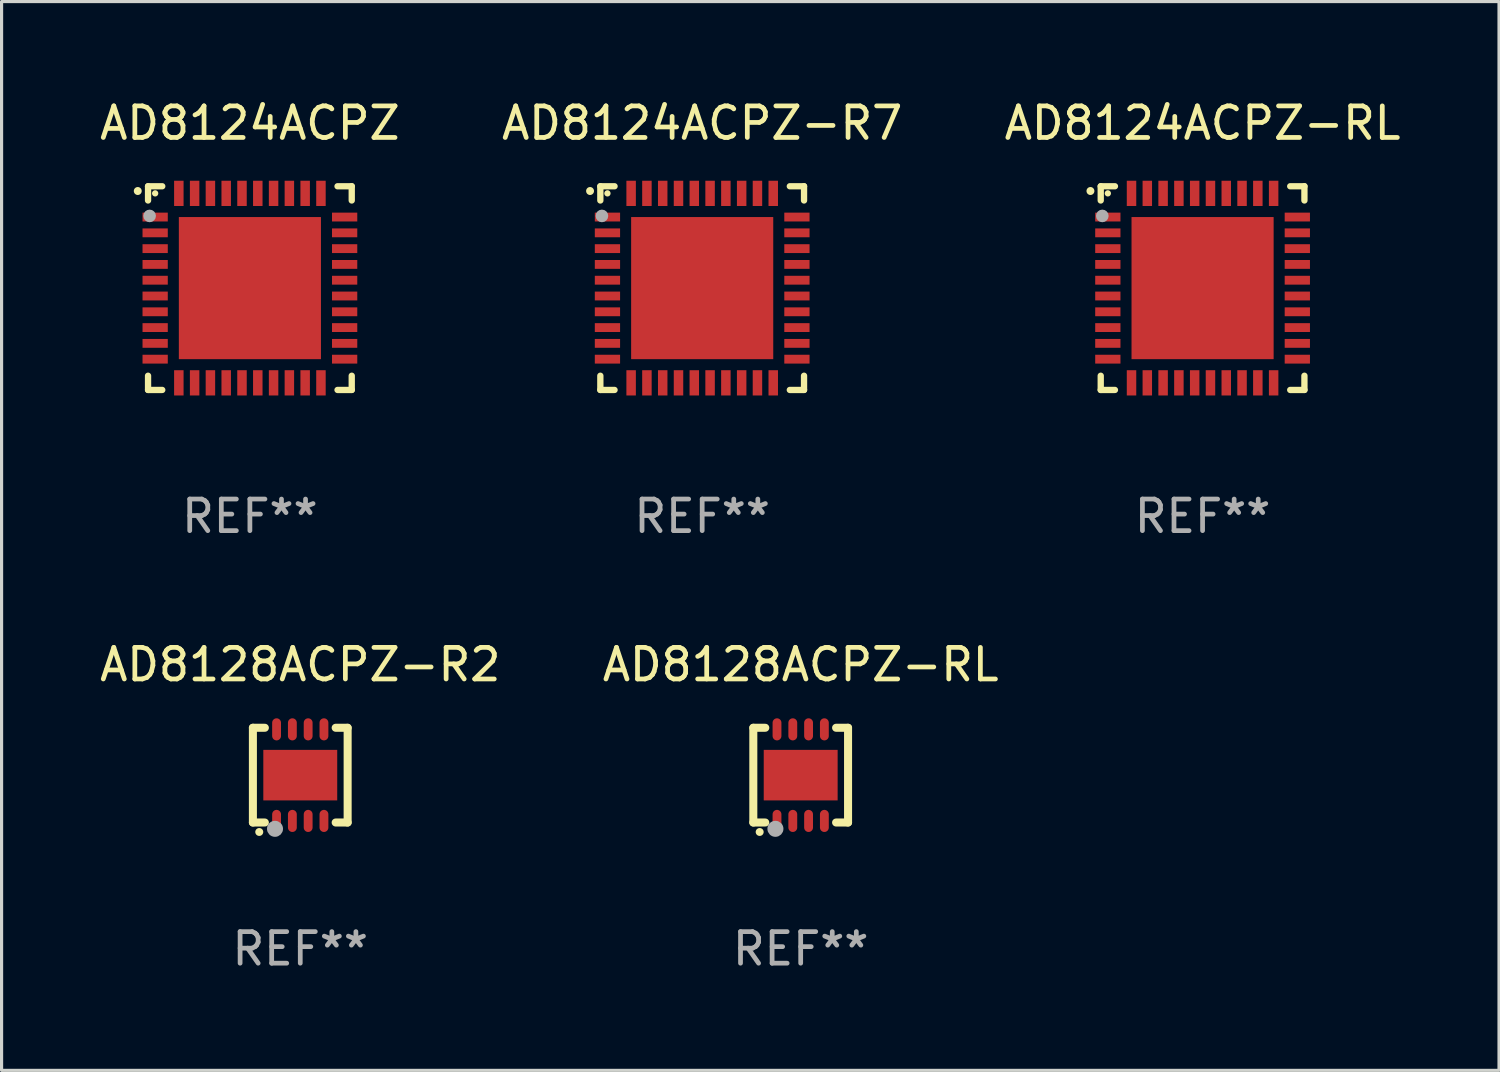
<source format=kicad_pcb>
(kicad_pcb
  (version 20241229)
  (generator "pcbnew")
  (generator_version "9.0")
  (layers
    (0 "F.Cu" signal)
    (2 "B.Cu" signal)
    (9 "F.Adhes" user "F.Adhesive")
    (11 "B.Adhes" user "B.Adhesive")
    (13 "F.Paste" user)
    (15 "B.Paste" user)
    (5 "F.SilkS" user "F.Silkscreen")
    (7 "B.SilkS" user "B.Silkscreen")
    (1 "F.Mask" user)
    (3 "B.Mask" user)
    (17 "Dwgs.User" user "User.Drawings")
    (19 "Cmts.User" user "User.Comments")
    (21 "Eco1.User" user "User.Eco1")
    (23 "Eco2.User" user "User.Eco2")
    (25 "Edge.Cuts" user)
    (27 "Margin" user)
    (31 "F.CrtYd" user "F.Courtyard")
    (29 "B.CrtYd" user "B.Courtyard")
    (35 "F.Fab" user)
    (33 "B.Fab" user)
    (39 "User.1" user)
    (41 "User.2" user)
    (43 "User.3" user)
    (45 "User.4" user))
  (footprint "AD8124ACPZ"
    (layer "F.Cu")
    (at 4.863 6.073)
    (property "Reference" "AD8124ACPZ" (at 0 -5.225 0) (layer "F.SilkS") (effects (font (size 1 1) (thickness 0.15))))
    (attr through_hole)
    (fp_line (start -3.225 -3.225) (end -2.775 -3.225) (stroke (width 0.2) (type solid)) (layer "F.SilkS"))
    (fp_line (start -3.225 -2.775) (end -3.225 -3.225) (stroke (width 0.2) (type solid)) (layer "F.SilkS"))
    (fp_line (start -3.225 2.775) (end -3.225 3.225) (stroke (width 0.2) (type solid)) (layer "F.SilkS"))
    (fp_line (start -3.225 3.225) (end -2.775 3.225) (stroke (width 0.2) (type solid)) (layer "F.SilkS"))
    (fp_line (start 2.775 -3.225) (end 3.225 -3.225) (stroke (width 0.2) (type solid)) (layer "F.SilkS"))
    (fp_line (start 2.775 3.225) (end 3.225 3.225) (stroke (width 0.2) (type solid)) (layer "F.SilkS"))
    (fp_line (start 3.225 -3.225) (end 3.225 -2.775) (stroke (width 0.2) (type solid)) (layer "F.SilkS"))
    (fp_line (start 3.225 3.225) (end 3.225 2.775) (stroke (width 0.2) (type solid)) (layer "F.SilkS"))
    (fp_arc (start -3.55094 -3.073406) (mid -3.550946 -3.074676) (end -3.55094 -3.075946) (stroke (width 0.25) (type solid)) (layer "F.SilkS"))
    (fp_circle (center -3 -3) (end -2.95 -3) (stroke (width 0.1) (type solid)) (fill no) (layer "F.SilkS"))
    (fp_circle (center -3.175 -2.286) (end -3.075 -2.286) (stroke (width 0.2) (type solid)) (fill no) (layer "F.Fab"))
    (fp_text user "REF**" (at 0 7.225 0) (layer "F.Fab") (effects (font (size 1 1) (thickness 0.15))))
    (pad "1" smd rect (at -3 -2.25) (size 0.8 0.28) (layers "F.Cu" "F.Mask" "F.Paste"))
    (pad "2" smd rect (at -3 -1.75) (size 0.8 0.28) (layers "F.Cu" "F.Mask" "F.Paste"))
    (pad "3" smd rect (at -3 -1.25) (size 0.8 0.28) (layers "F.Cu" "F.Mask" "F.Paste"))
    (pad "4" smd rect (at -3 -0.75) (size 0.8 0.28) (layers "F.Cu" "F.Mask" "F.Paste"))
    (pad "5" smd rect (at -3 -0.25) (size 0.8 0.28) (layers "F.Cu" "F.Mask" "F.Paste"))
    (pad "6" smd rect (at -3 0.25) (size 0.8 0.28) (layers "F.Cu" "F.Mask" "F.Paste"))
    (pad "7" smd rect (at -3 0.75) (size 0.8 0.28) (layers "F.Cu" "F.Mask" "F.Paste"))
    (pad "8" smd rect (at -3 1.25) (size 0.8 0.28) (layers "F.Cu" "F.Mask" "F.Paste"))
    (pad "9" smd rect (at -3 1.75) (size 0.8 0.28) (layers "F.Cu" "F.Mask" "F.Paste"))
    (pad "10" smd rect (at -3 2.25) (size 0.8 0.28) (layers "F.Cu" "F.Mask" "F.Paste"))
    (pad "11" smd rect (at -2.25 3) (size 0.3 0.8) (layers "F.Cu" "F.Mask" "F.Paste"))
    (pad "12" smd rect (at -1.75 3) (size 0.3 0.8) (layers "F.Cu" "F.Mask" "F.Paste"))
    (pad "13" smd rect (at -1.25 3) (size 0.3 0.8) (layers "F.Cu" "F.Mask" "F.Paste"))
    (pad "14" smd rect (at -0.75 3) (size 0.3 0.8) (layers "F.Cu" "F.Mask" "F.Paste"))
    (pad "15" smd rect (at -0.25 3) (size 0.3 0.8) (layers "F.Cu" "F.Mask" "F.Paste"))
    (pad "16" smd rect (at 0.25 3) (size 0.3 0.8) (layers "F.Cu" "F.Mask" "F.Paste"))
    (pad "17" smd rect (at 0.75 3) (size 0.3 0.8) (layers "F.Cu" "F.Mask" "F.Paste"))
    (pad "18" smd rect (at 1.25 3) (size 0.3 0.8) (layers "F.Cu" "F.Mask" "F.Paste"))
    (pad "19" smd rect (at 1.75 3) (size 0.3 0.8) (layers "F.Cu" "F.Mask" "F.Paste"))
    (pad "20" smd rect (at 2.25 3) (size 0.3 0.8) (layers "F.Cu" "F.Mask" "F.Paste"))
    (pad "21" smd rect (at 3 2.25) (size 0.8 0.28) (layers "F.Cu" "F.Mask" "F.Paste"))
    (pad "22" smd rect (at 3 1.75) (size 0.8 0.28) (layers "F.Cu" "F.Mask" "F.Paste"))
    (pad "23" smd rect (at 3 1.25) (size 0.8 0.28) (layers "F.Cu" "F.Mask" "F.Paste"))
    (pad "24" smd rect (at 3 0.75) (size 0.8 0.28) (layers "F.Cu" "F.Mask" "F.Paste"))
    (pad "25" smd rect (at 3 0.25) (size 0.8 0.28) (layers "F.Cu" "F.Mask" "F.Paste"))
    (pad "26" smd rect (at 3 -0.25) (size 0.8 0.28) (layers "F.Cu" "F.Mask" "F.Paste"))
    (pad "27" smd rect (at 3 -0.75) (size 0.8 0.28) (layers "F.Cu" "F.Mask" "F.Paste"))
    (pad "28" smd rect (at 3 -1.25) (size 0.8 0.28) (layers "F.Cu" "F.Mask" "F.Paste"))
    (pad "29" smd rect (at 3 -1.75) (size 0.8 0.28) (layers "F.Cu" "F.Mask" "F.Paste"))
    (pad "30" smd rect (at 3 -2.25) (size 0.8 0.28) (layers "F.Cu" "F.Mask" "F.Paste"))
    (pad "31" smd rect (at 2.25 -3) (size 0.3 0.8) (layers "F.Cu" "F.Mask" "F.Paste"))
    (pad "32" smd rect (at 1.75 -3) (size 0.3 0.8) (layers "F.Cu" "F.Mask" "F.Paste"))
    (pad "33" smd rect (at 1.25 -3) (size 0.3 0.8) (layers "F.Cu" "F.Mask" "F.Paste"))
    (pad "34" smd rect (at 0.75 -3) (size 0.3 0.8) (layers "F.Cu" "F.Mask" "F.Paste"))
    (pad "35" smd rect (at 0.25 -3) (size 0.3 0.8) (layers "F.Cu" "F.Mask" "F.Paste"))
    (pad "36" smd rect (at -0.25 -3) (size 0.3 0.8) (layers "F.Cu" "F.Mask" "F.Paste"))
    (pad "37" smd rect (at -0.75 -3) (size 0.3 0.8) (layers "F.Cu" "F.Mask" "F.Paste"))
    (pad "38" smd rect (at -1.25 -3) (size 0.3 0.8) (layers "F.Cu" "F.Mask" "F.Paste"))
    (pad "39" smd rect (at -1.75 -3) (size 0.3 0.8) (layers "F.Cu" "F.Mask" "F.Paste"))
    (pad "40" smd rect (at -2.25 -3) (size 0.3 0.8) (layers "F.Cu" "F.Mask" "F.Paste"))
    (pad "41" smd rect (at -0.000013 0) (size 4.5 4.5) (layers "F.Cu" "F.Mask" "F.Paste")))
  (footprint "AD8124ACPZ-RL"
    (layer "F.Cu")
    (at 35.03 6.073)
    (property "Reference" "AD8124ACPZ-RL" (at 0 -5.225 0) (layer "F.SilkS") (effects (font (size 1 1) (thickness 0.15))))
    (attr through_hole)
    (fp_line (start -3.225 -3.225) (end -2.775 -3.225) (stroke (width 0.2) (type solid)) (layer "F.SilkS"))
    (fp_line (start -3.225 -2.775) (end -3.225 -3.225) (stroke (width 0.2) (type solid)) (layer "F.SilkS"))
    (fp_line (start -3.225 2.775) (end -3.225 3.225) (stroke (width 0.2) (type solid)) (layer "F.SilkS"))
    (fp_line (start -3.225 3.225) (end -2.775 3.225) (stroke (width 0.2) (type solid)) (layer "F.SilkS"))
    (fp_line (start 2.775 -3.225) (end 3.225 -3.225) (stroke (width 0.2) (type solid)) (layer "F.SilkS"))
    (fp_line (start 2.775 3.225) (end 3.225 3.225) (stroke (width 0.2) (type solid)) (layer "F.SilkS"))
    (fp_line (start 3.225 -3.225) (end 3.225 -2.775) (stroke (width 0.2) (type solid)) (layer "F.SilkS"))
    (fp_line (start 3.225 3.225) (end 3.225 2.775) (stroke (width 0.2) (type solid)) (layer "F.SilkS"))
    (fp_arc (start -3.55094 -3.073406) (mid -3.550946 -3.074676) (end -3.55094 -3.075946) (stroke (width 0.25) (type solid)) (layer "F.SilkS"))
    (fp_circle (center -3 -3) (end -2.95 -3) (stroke (width 0.1) (type solid)) (fill no) (layer "F.SilkS"))
    (fp_circle (center -3.175 -2.286) (end -3.075 -2.286) (stroke (width 0.2) (type solid)) (fill no) (layer "F.Fab"))
    (fp_text user "REF**" (at 0 7.225 0) (layer "F.Fab") (effects (font (size 1 1) (thickness 0.15))))
    (pad "1" smd rect (at -3 -2.25) (size 0.8 0.28) (layers "F.Cu" "F.Mask" "F.Paste"))
    (pad "2" smd rect (at -3 -1.75) (size 0.8 0.28) (layers "F.Cu" "F.Mask" "F.Paste"))
    (pad "3" smd rect (at -3 -1.25) (size 0.8 0.28) (layers "F.Cu" "F.Mask" "F.Paste"))
    (pad "4" smd rect (at -3 -0.75) (size 0.8 0.28) (layers "F.Cu" "F.Mask" "F.Paste"))
    (pad "5" smd rect (at -3 -0.25) (size 0.8 0.28) (layers "F.Cu" "F.Mask" "F.Paste"))
    (pad "6" smd rect (at -3 0.25) (size 0.8 0.28) (layers "F.Cu" "F.Mask" "F.Paste"))
    (pad "7" smd rect (at -3 0.75) (size 0.8 0.28) (layers "F.Cu" "F.Mask" "F.Paste"))
    (pad "8" smd rect (at -3 1.25) (size 0.8 0.28) (layers "F.Cu" "F.Mask" "F.Paste"))
    (pad "9" smd rect (at -3 1.75) (size 0.8 0.28) (layers "F.Cu" "F.Mask" "F.Paste"))
    (pad "10" smd rect (at -3 2.25) (size 0.8 0.28) (layers "F.Cu" "F.Mask" "F.Paste"))
    (pad "11" smd rect (at -2.25 3) (size 0.3 0.8) (layers "F.Cu" "F.Mask" "F.Paste"))
    (pad "12" smd rect (at -1.75 3) (size 0.3 0.8) (layers "F.Cu" "F.Mask" "F.Paste"))
    (pad "13" smd rect (at -1.25 3) (size 0.3 0.8) (layers "F.Cu" "F.Mask" "F.Paste"))
    (pad "14" smd rect (at -0.75 3) (size 0.3 0.8) (layers "F.Cu" "F.Mask" "F.Paste"))
    (pad "15" smd rect (at -0.25 3) (size 0.3 0.8) (layers "F.Cu" "F.Mask" "F.Paste"))
    (pad "16" smd rect (at 0.25 3) (size 0.3 0.8) (layers "F.Cu" "F.Mask" "F.Paste"))
    (pad "17" smd rect (at 0.75 3) (size 0.3 0.8) (layers "F.Cu" "F.Mask" "F.Paste"))
    (pad "18" smd rect (at 1.25 3) (size 0.3 0.8) (layers "F.Cu" "F.Mask" "F.Paste"))
    (pad "19" smd rect (at 1.75 3) (size 0.3 0.8) (layers "F.Cu" "F.Mask" "F.Paste"))
    (pad "20" smd rect (at 2.25 3) (size 0.3 0.8) (layers "F.Cu" "F.Mask" "F.Paste"))
    (pad "21" smd rect (at 3 2.25) (size 0.8 0.28) (layers "F.Cu" "F.Mask" "F.Paste"))
    (pad "22" smd rect (at 3 1.75) (size 0.8 0.28) (layers "F.Cu" "F.Mask" "F.Paste"))
    (pad "23" smd rect (at 3 1.25) (size 0.8 0.28) (layers "F.Cu" "F.Mask" "F.Paste"))
    (pad "24" smd rect (at 3 0.75) (size 0.8 0.28) (layers "F.Cu" "F.Mask" "F.Paste"))
    (pad "25" smd rect (at 3 0.25) (size 0.8 0.28) (layers "F.Cu" "F.Mask" "F.Paste"))
    (pad "26" smd rect (at 3 -0.25) (size 0.8 0.28) (layers "F.Cu" "F.Mask" "F.Paste"))
    (pad "27" smd rect (at 3 -0.75) (size 0.8 0.28) (layers "F.Cu" "F.Mask" "F.Paste"))
    (pad "28" smd rect (at 3 -1.25) (size 0.8 0.28) (layers "F.Cu" "F.Mask" "F.Paste"))
    (pad "29" smd rect (at 3 -1.75) (size 0.8 0.28) (layers "F.Cu" "F.Mask" "F.Paste"))
    (pad "30" smd rect (at 3 -2.25) (size 0.8 0.28) (layers "F.Cu" "F.Mask" "F.Paste"))
    (pad "31" smd rect (at 2.25 -3) (size 0.3 0.8) (layers "F.Cu" "F.Mask" "F.Paste"))
    (pad "32" smd rect (at 1.75 -3) (size 0.3 0.8) (layers "F.Cu" "F.Mask" "F.Paste"))
    (pad "33" smd rect (at 1.25 -3) (size 0.3 0.8) (layers "F.Cu" "F.Mask" "F.Paste"))
    (pad "34" smd rect (at 0.75 -3) (size 0.3 0.8) (layers "F.Cu" "F.Mask" "F.Paste"))
    (pad "35" smd rect (at 0.25 -3) (size 0.3 0.8) (layers "F.Cu" "F.Mask" "F.Paste"))
    (pad "36" smd rect (at -0.25 -3) (size 0.3 0.8) (layers "F.Cu" "F.Mask" "F.Paste"))
    (pad "37" smd rect (at -0.75 -3) (size 0.3 0.8) (layers "F.Cu" "F.Mask" "F.Paste"))
    (pad "38" smd rect (at -1.25 -3) (size 0.3 0.8) (layers "F.Cu" "F.Mask" "F.Paste"))
    (pad "39" smd rect (at -1.75 -3) (size 0.3 0.8) (layers "F.Cu" "F.Mask" "F.Paste"))
    (pad "40" smd rect (at -2.25 -3) (size 0.3 0.8) (layers "F.Cu" "F.Mask" "F.Paste"))
    (pad "41" smd rect (at -0.000013 0) (size 4.5 4.5) (layers "F.Cu" "F.Mask" "F.Paste")))
  (footprint "AD8128ACPZ-R2"
    (layer "F.Cu")
    (at 6.458 21.495)
    (property "Reference" "AD8128ACPZ-R2" (at 0 -3.5 0) (layer "F.SilkS") (effects (font (size 1 1) (thickness 0.15))))
    (attr through_hole)
    (fp_line (start -1.5 -1.5) (end -1.121 -1.5) (stroke (width 0.254) (type solid)) (layer "F.SilkS"))
    (fp_line (start -1.5 1.5) (end -1.5 -1.5) (stroke (width 0.254) (type solid)) (layer "F.SilkS"))
    (fp_line (start -1.121 1.5) (end -1.5 1.5) (stroke (width 0.254) (type solid)) (layer "F.SilkS"))
    (fp_line (start 1.121 -1.5) (end 1.5 -1.5) (stroke (width 0.254) (type solid)) (layer "F.SilkS"))
    (fp_line (start 1.5 -1.5) (end 1.5 1.5) (stroke (width 0.254) (type solid)) (layer "F.SilkS"))
    (fp_line (start 1.5 1.5) (end 1.121 1.5) (stroke (width 0.254) (type solid)) (layer "F.SilkS"))
    (fp_arc (start -1.3 1.8) (mid -1.29873 1.799994) (end -1.29746 1.8) (stroke (width 0.25) (type solid)) (layer "F.SilkS"))
    (fp_circle (center -1.5 1.51) (end -1.47 1.51) (stroke (width 0.06) (type solid)) (fill no) (layer "F.SilkS"))
    (fp_circle (center -0.8 1.7) (end -0.673 1.7) (stroke (width 0.254) (type solid)) (fill no) (layer "F.Fab"))
    (fp_text user "REF**" (at 0 5.5 0) (layer "F.Fab") (effects (font (size 1 1) (thickness 0.15))))
    (pad "1" smd oval (at -0.75 1.45 180) (size 0.28 0.7) (layers "F.Cu" "F.Mask" "F.Paste"))
    (pad "2" smd oval (at -0.25 1.45 180) (size 0.28 0.7) (layers "F.Cu" "F.Mask" "F.Paste"))
    (pad "3" smd oval (at 0.25 1.45 180) (size 0.28 0.7) (layers "F.Cu" "F.Mask" "F.Paste"))
    (pad "4" smd oval (at 0.75 1.45 180) (size 0.28 0.7) (layers "F.Cu" "F.Mask" "F.Paste"))
    (pad "5" smd oval (at 0.75 -1.45 180) (size 0.28 0.7) (layers "F.Cu" "F.Mask" "F.Paste"))
    (pad "6" smd oval (at 0.25 -1.45 180) (size 0.28 0.7) (layers "F.Cu" "F.Mask" "F.Paste"))
    (pad "7" smd oval (at -0.25 -1.45 180) (size 0.28 0.7) (layers "F.Cu" "F.Mask" "F.Paste"))
    (pad "8" smd oval (at -0.75 -1.45 180) (size 0.28 0.7) (layers "F.Cu" "F.Mask" "F.Paste"))
    (pad "9" smd rect (at 0 0 90) (size 1.6 2.34) (layers "F.Cu" "F.Mask" "F.Paste")))
  (footprint "AD8128ACPZ-RL"
    (layer "F.Cu")
    (at 22.304 21.495)
    (property "Reference" "AD8128ACPZ-RL" (at 0 -3.5 0) (layer "F.SilkS") (effects (font (size 1 1) (thickness 0.15))))
    (attr through_hole)
    (fp_line (start -1.5 -1.5) (end -1.121 -1.5) (stroke (width 0.254) (type solid)) (layer "F.SilkS"))
    (fp_line (start -1.5 1.5) (end -1.5 -1.5) (stroke (width 0.254) (type solid)) (layer "F.SilkS"))
    (fp_line (start -1.121 1.5) (end -1.5 1.5) (stroke (width 0.254) (type solid)) (layer "F.SilkS"))
    (fp_line (start 1.121 -1.5) (end 1.5 -1.5) (stroke (width 0.254) (type solid)) (layer "F.SilkS"))
    (fp_line (start 1.5 -1.5) (end 1.5 1.5) (stroke (width 0.254) (type solid)) (layer "F.SilkS"))
    (fp_line (start 1.5 1.5) (end 1.121 1.5) (stroke (width 0.254) (type solid)) (layer "F.SilkS"))
    (fp_arc (start -1.3 1.8) (mid -1.29873 1.799994) (end -1.29746 1.8) (stroke (width 0.25) (type solid)) (layer "F.SilkS"))
    (fp_circle (center -1.5 1.51) (end -1.47 1.51) (stroke (width 0.06) (type solid)) (fill no) (layer "F.SilkS"))
    (fp_circle (center -0.8 1.7) (end -0.673 1.7) (stroke (width 0.254) (type solid)) (fill no) (layer "F.Fab"))
    (fp_text user "REF**" (at 0 5.5 0) (layer "F.Fab") (effects (font (size 1 1) (thickness 0.15))))
    (pad "1" smd oval (at -0.75 1.45 180) (size 0.28 0.7) (layers "F.Cu" "F.Mask" "F.Paste"))
    (pad "2" smd oval (at -0.25 1.45 180) (size 0.28 0.7) (layers "F.Cu" "F.Mask" "F.Paste"))
    (pad "3" smd oval (at 0.25 1.45 180) (size 0.28 0.7) (layers "F.Cu" "F.Mask" "F.Paste"))
    (pad "4" smd oval (at 0.75 1.45 180) (size 0.28 0.7) (layers "F.Cu" "F.Mask" "F.Paste"))
    (pad "5" smd oval (at 0.75 -1.45 180) (size 0.28 0.7) (layers "F.Cu" "F.Mask" "F.Paste"))
    (pad "6" smd oval (at 0.25 -1.45 180) (size 0.28 0.7) (layers "F.Cu" "F.Mask" "F.Paste"))
    (pad "7" smd oval (at -0.25 -1.45 180) (size 0.28 0.7) (layers "F.Cu" "F.Mask" "F.Paste"))
    (pad "8" smd oval (at -0.75 -1.45 180) (size 0.28 0.7) (layers "F.Cu" "F.Mask" "F.Paste"))
    (pad "9" smd rect (at 0 0 90) (size 1.6 2.34) (layers "F.Cu" "F.Mask" "F.Paste")))
  (footprint "AD8124ACPZ-R7"
    (layer "F.Cu")
    (at 19.185 6.073)
    (property "Reference" "AD8124ACPZ-R7" (at 0 -5.225 0) (layer "F.SilkS") (effects (font (size 1 1) (thickness 0.15))))
    (attr through_hole)
    (fp_line (start -3.225 -3.225) (end -2.775 -3.225) (stroke (width 0.2) (type solid)) (layer "F.SilkS"))
    (fp_line (start -3.225 -2.775) (end -3.225 -3.225) (stroke (width 0.2) (type solid)) (layer "F.SilkS"))
    (fp_line (start -3.225 2.775) (end -3.225 3.225) (stroke (width 0.2) (type solid)) (layer "F.SilkS"))
    (fp_line (start -3.225 3.225) (end -2.775 3.225) (stroke (width 0.2) (type solid)) (layer "F.SilkS"))
    (fp_line (start 2.775 -3.225) (end 3.225 -3.225) (stroke (width 0.2) (type solid)) (layer "F.SilkS"))
    (fp_line (start 2.775 3.225) (end 3.225 3.225) (stroke (width 0.2) (type solid)) (layer "F.SilkS"))
    (fp_line (start 3.225 -3.225) (end 3.225 -2.775) (stroke (width 0.2) (type solid)) (layer "F.SilkS"))
    (fp_line (start 3.225 3.225) (end 3.225 2.775) (stroke (width 0.2) (type solid)) (layer "F.SilkS"))
    (fp_arc (start -3.55094 -3.073406) (mid -3.550946 -3.074676) (end -3.55094 -3.075946) (stroke (width 0.25) (type solid)) (layer "F.SilkS"))
    (fp_circle (center -3 -3) (end -2.95 -3) (stroke (width 0.1) (type solid)) (fill no) (layer "F.SilkS"))
    (fp_circle (center -3.175 -2.286) (end -3.075 -2.286) (stroke (width 0.2) (type solid)) (fill no) (layer "F.Fab"))
    (fp_text user "REF**" (at 0 7.225 0) (layer "F.Fab") (effects (font (size 1 1) (thickness 0.15))))
    (pad "1" smd rect (at -3 -2.25) (size 0.8 0.28) (layers "F.Cu" "F.Mask" "F.Paste"))
    (pad "2" smd rect (at -3 -1.75) (size 0.8 0.28) (layers "F.Cu" "F.Mask" "F.Paste"))
    (pad "3" smd rect (at -3 -1.25) (size 0.8 0.28) (layers "F.Cu" "F.Mask" "F.Paste"))
    (pad "4" smd rect (at -3 -0.75) (size 0.8 0.28) (layers "F.Cu" "F.Mask" "F.Paste"))
    (pad "5" smd rect (at -3 -0.25) (size 0.8 0.28) (layers "F.Cu" "F.Mask" "F.Paste"))
    (pad "6" smd rect (at -3 0.25) (size 0.8 0.28) (layers "F.Cu" "F.Mask" "F.Paste"))
    (pad "7" smd rect (at -3 0.75) (size 0.8 0.28) (layers "F.Cu" "F.Mask" "F.Paste"))
    (pad "8" smd rect (at -3 1.25) (size 0.8 0.28) (layers "F.Cu" "F.Mask" "F.Paste"))
    (pad "9" smd rect (at -3 1.75) (size 0.8 0.28) (layers "F.Cu" "F.Mask" "F.Paste"))
    (pad "10" smd rect (at -3 2.25) (size 0.8 0.28) (layers "F.Cu" "F.Mask" "F.Paste"))
    (pad "11" smd rect (at -2.25 3) (size 0.3 0.8) (layers "F.Cu" "F.Mask" "F.Paste"))
    (pad "12" smd rect (at -1.75 3) (size 0.3 0.8) (layers "F.Cu" "F.Mask" "F.Paste"))
    (pad "13" smd rect (at -1.25 3) (size 0.3 0.8) (layers "F.Cu" "F.Mask" "F.Paste"))
    (pad "14" smd rect (at -0.75 3) (size 0.3 0.8) (layers "F.Cu" "F.Mask" "F.Paste"))
    (pad "15" smd rect (at -0.25 3) (size 0.3 0.8) (layers "F.Cu" "F.Mask" "F.Paste"))
    (pad "16" smd rect (at 0.25 3) (size 0.3 0.8) (layers "F.Cu" "F.Mask" "F.Paste"))
    (pad "17" smd rect (at 0.75 3) (size 0.3 0.8) (layers "F.Cu" "F.Mask" "F.Paste"))
    (pad "18" smd rect (at 1.25 3) (size 0.3 0.8) (layers "F.Cu" "F.Mask" "F.Paste"))
    (pad "19" smd rect (at 1.75 3) (size 0.3 0.8) (layers "F.Cu" "F.Mask" "F.Paste"))
    (pad "20" smd rect (at 2.25 3) (size 0.3 0.8) (layers "F.Cu" "F.Mask" "F.Paste"))
    (pad "21" smd rect (at 3 2.25) (size 0.8 0.28) (layers "F.Cu" "F.Mask" "F.Paste"))
    (pad "22" smd rect (at 3 1.75) (size 0.8 0.28) (layers "F.Cu" "F.Mask" "F.Paste"))
    (pad "23" smd rect (at 3 1.25) (size 0.8 0.28) (layers "F.Cu" "F.Mask" "F.Paste"))
    (pad "24" smd rect (at 3 0.75) (size 0.8 0.28) (layers "F.Cu" "F.Mask" "F.Paste"))
    (pad "25" smd rect (at 3 0.25) (size 0.8 0.28) (layers "F.Cu" "F.Mask" "F.Paste"))
    (pad "26" smd rect (at 3 -0.25) (size 0.8 0.28) (layers "F.Cu" "F.Mask" "F.Paste"))
    (pad "27" smd rect (at 3 -0.75) (size 0.8 0.28) (layers "F.Cu" "F.Mask" "F.Paste"))
    (pad "28" smd rect (at 3 -1.25) (size 0.8 0.28) (layers "F.Cu" "F.Mask" "F.Paste"))
    (pad "29" smd rect (at 3 -1.75) (size 0.8 0.28) (layers "F.Cu" "F.Mask" "F.Paste"))
    (pad "30" smd rect (at 3 -2.25) (size 0.8 0.28) (layers "F.Cu" "F.Mask" "F.Paste"))
    (pad "31" smd rect (at 2.25 -3) (size 0.3 0.8) (layers "F.Cu" "F.Mask" "F.Paste"))
    (pad "32" smd rect (at 1.75 -3) (size 0.3 0.8) (layers "F.Cu" "F.Mask" "F.Paste"))
    (pad "33" smd rect (at 1.25 -3) (size 0.3 0.8) (layers "F.Cu" "F.Mask" "F.Paste"))
    (pad "34" smd rect (at 0.75 -3) (size 0.3 0.8) (layers "F.Cu" "F.Mask" "F.Paste"))
    (pad "35" smd rect (at 0.25 -3) (size 0.3 0.8) (layers "F.Cu" "F.Mask" "F.Paste"))
    (pad "36" smd rect (at -0.25 -3) (size 0.3 0.8) (layers "F.Cu" "F.Mask" "F.Paste"))
    (pad "37" smd rect (at -0.75 -3) (size 0.3 0.8) (layers "F.Cu" "F.Mask" "F.Paste"))
    (pad "38" smd rect (at -1.25 -3) (size 0.3 0.8) (layers "F.Cu" "F.Mask" "F.Paste"))
    (pad "39" smd rect (at -1.75 -3) (size 0.3 0.8) (layers "F.Cu" "F.Mask" "F.Paste"))
    (pad "40" smd rect (at -2.25 -3) (size 0.3 0.8) (layers "F.Cu" "F.Mask" "F.Paste"))
    (pad "41" smd rect (at -0.000013 0) (size 4.5 4.5) (layers "F.Cu" "F.Mask" "F.Paste")))
  (gr_rect
    (start -3 -3)
    (end 44.417 30.843)
    (stroke (width 0.1) (type default))
    (fill no)
    (layer "Edge.Cuts")))
</source>
